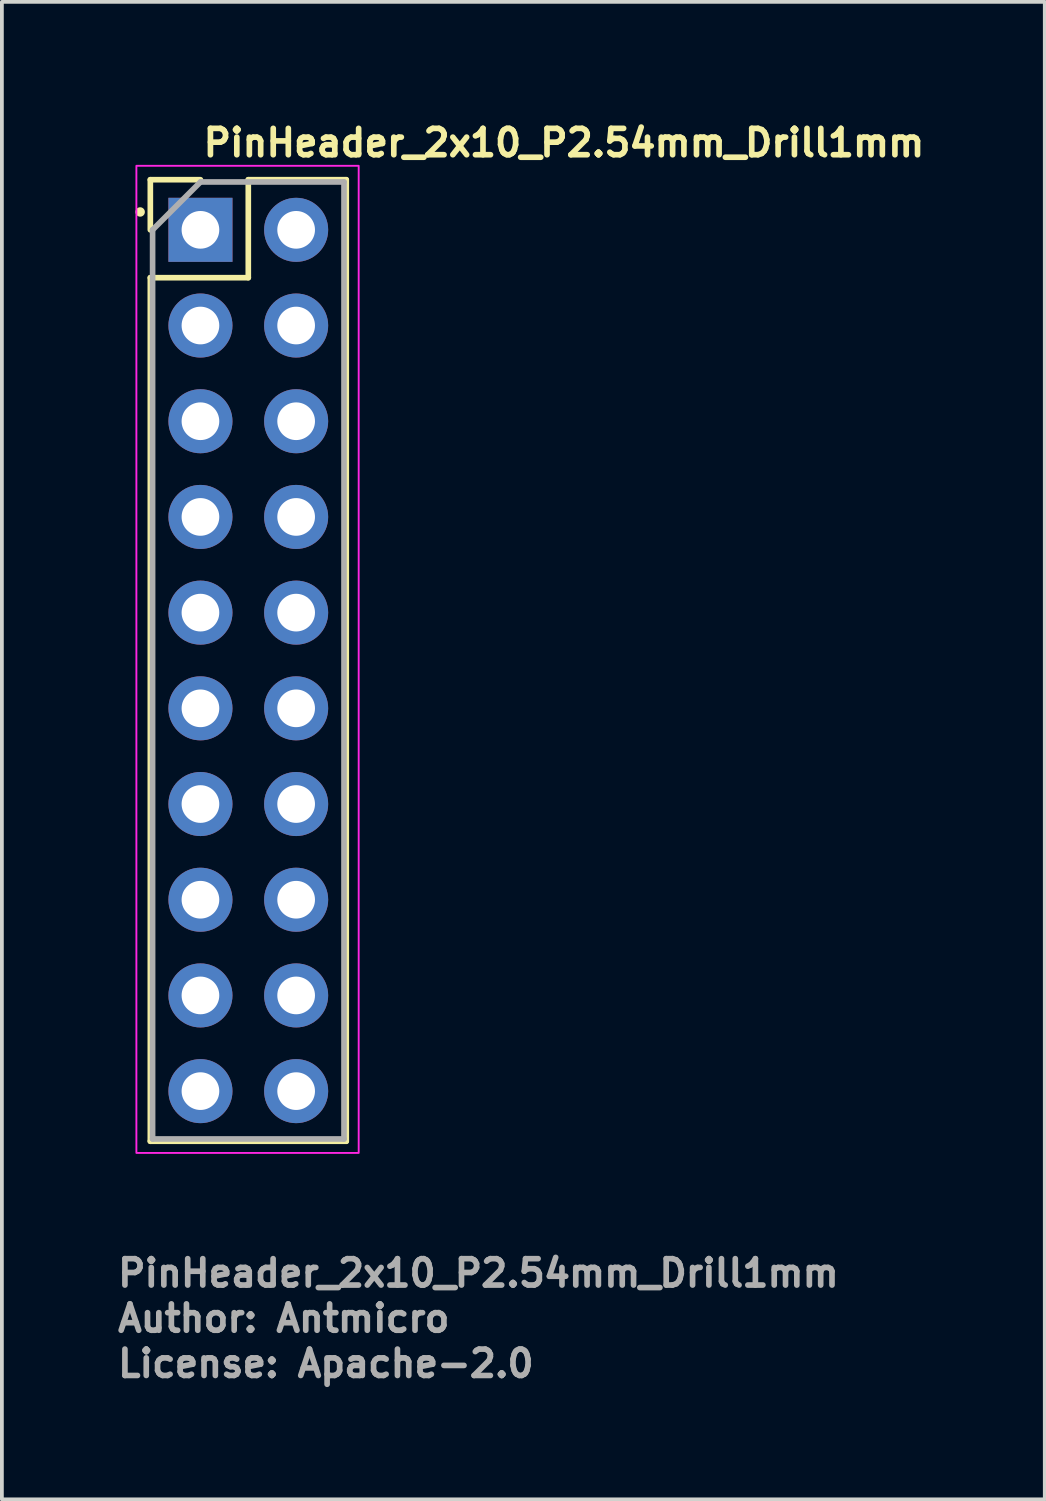
<source format=kicad_pcb>
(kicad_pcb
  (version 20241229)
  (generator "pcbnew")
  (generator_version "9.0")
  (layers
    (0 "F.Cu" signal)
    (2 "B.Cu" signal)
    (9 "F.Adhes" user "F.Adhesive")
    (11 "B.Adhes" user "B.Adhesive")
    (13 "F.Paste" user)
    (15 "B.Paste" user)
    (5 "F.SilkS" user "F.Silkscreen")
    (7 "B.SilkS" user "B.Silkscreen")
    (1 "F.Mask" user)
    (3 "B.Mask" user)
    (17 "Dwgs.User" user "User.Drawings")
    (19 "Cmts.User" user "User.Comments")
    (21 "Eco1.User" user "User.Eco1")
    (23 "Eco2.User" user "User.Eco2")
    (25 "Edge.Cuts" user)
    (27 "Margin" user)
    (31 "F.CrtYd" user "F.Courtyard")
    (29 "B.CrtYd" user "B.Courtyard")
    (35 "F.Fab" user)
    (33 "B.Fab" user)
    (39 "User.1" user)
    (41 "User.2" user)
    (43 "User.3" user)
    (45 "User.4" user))
  (footprint "PinHeader_2x10_P2.54mm_Drill1mm"
    (layer "F.Cu")
    (at 2.27 3.05)
    (property "Reference" "PinHeader_2x10_P2.54mm_Drill1mm" (at 0 -1.9 0) (layer "F.SilkS") (effects (font (size 0.7 0.7) (thickness 0.15)) (justify left bottom)))
    (attr through_hole)
    (fp_line (start -1.33 -1.33) (end 0 -1.33) (stroke (width 0.15) (type solid)) (layer "F.SilkS"))
    (fp_line (start -1.33 0) (end -1.33 -1.33) (stroke (width 0.15) (type solid)) (layer "F.SilkS"))
    (fp_line (start -1.33 1.27) (end -1.33 24.19) (stroke (width 0.15) (type solid)) (layer "F.SilkS"))
    (fp_line (start -1.33 1.27) (end 1.27 1.27) (stroke (width 0.15) (type solid)) (layer "F.SilkS"))
    (fp_line (start -1.33 24.19) (end 3.87 24.19) (stroke (width 0.15) (type solid)) (layer "F.SilkS"))
    (fp_line (start 1.27 -1.33) (end 3.87 -1.33) (stroke (width 0.15) (type solid)) (layer "F.SilkS"))
    (fp_line (start 1.27 1.27) (end 1.27 -1.33) (stroke (width 0.15) (type solid)) (layer "F.SilkS"))
    (fp_line (start 3.87 -1.33) (end 3.87 24.19) (stroke (width 0.15) (type solid)) (layer "F.SilkS"))
    (fp_circle (center -1.6 -0.474) (end -1.55 -0.474) (stroke (width 0.15) (type solid)) (fill yes) (layer "F.SilkS"))
    (fp_rect (start -1.7 -1.7) (end 4.2 24.5) (stroke (width 0.05) (type solid)) (fill no) (layer "F.CrtYd"))
    (fp_line (start -1.27 0) (end 0 -1.27) (stroke (width 0.15) (type solid)) (layer "F.Fab"))
    (fp_line (start -1.27 24.13) (end -1.27 0) (stroke (width 0.15) (type solid)) (layer "F.Fab"))
    (fp_line (start 0 -1.27) (end 3.81 -1.27) (stroke (width 0.15) (type solid)) (layer "F.Fab"))
    (fp_line (start 3.81 -1.27) (end 3.81 24.13) (stroke (width 0.15) (type solid)) (layer "F.Fab"))
    (fp_line (start 3.81 24.13) (end -1.27 24.13) (stroke (width 0.15) (type solid)) (layer "F.Fab"))
    (fp_rect (start -1.27 -1.25) (end 3.81 24.149) (stroke (width 0.1) (type solid)) (fill no) (layer "User.5"))
    (fp_line (start -1.27 -0.943) (end 0.469 -1.25) (stroke (width 0.02) (type solid)) (layer "User.9"))
    (fp_line (start -1.27 0.983) (end -1.27 -0.943) (stroke (width 0.02) (type solid)) (layer "User.9"))
    (fp_line (start -1.27 0.983) (end 0.469 1.29) (stroke (width 0.02) (type solid)) (layer "User.9"))
    (fp_line (start -1.27 3.523) (end -1.27 1.596) (stroke (width 0.02) (type solid)) (layer "User.9"))
    (fp_line (start -1.27 3.523) (end 0.469 3.83) (stroke (width 0.02) (type solid)) (layer "User.9"))
    (fp_line (start -1.27 6.063) (end -1.27 4.136) (stroke (width 0.02) (type solid)) (layer "User.9"))
    (fp_line (start -1.27 6.063) (end 0.469 6.37) (stroke (width 0.02) (type solid)) (layer "User.9"))
    (fp_line (start -1.27 8.603) (end -1.27 6.676) (stroke (width 0.02) (type solid)) (layer "User.9"))
    (fp_line (start -1.27 8.603) (end 0.469 8.91) (stroke (width 0.02) (type solid)) (layer "User.9"))
    (fp_line (start -1.27 11.143) (end -1.27 9.216) (stroke (width 0.02) (type solid)) (layer "User.9"))
    (fp_line (start -1.27 11.143) (end 0.469 11.449) (stroke (width 0.02) (type solid)) (layer "User.9"))
    (fp_line (start -1.27 13.683) (end -1.27 11.756) (stroke (width 0.02) (type solid)) (layer "User.9"))
    (fp_line (start -1.27 13.683) (end 0.469 13.99) (stroke (width 0.02) (type solid)) (layer "User.9"))
    (fp_line (start -1.27 16.222) (end -1.27 14.296) (stroke (width 0.02) (type solid)) (layer "User.9"))
    (fp_line (start -1.27 16.222) (end 0.469 16.53) (stroke (width 0.02) (type solid)) (layer "User.9"))
    (fp_line (start -1.27 18.763) (end -1.27 16.836) (stroke (width 0.02) (type solid)) (layer "User.9"))
    (fp_line (start -1.27 18.763) (end 0.469 19.07) (stroke (width 0.02) (type solid)) (layer "User.9"))
    (fp_line (start -1.27 21.303) (end -1.27 19.376) (stroke (width 0.02) (type solid)) (layer "User.9"))
    (fp_line (start -1.27 21.303) (end 0.469 21.61) (stroke (width 0.02) (type solid)) (layer "User.9"))
    (fp_line (start -1.27 23.843) (end -1.27 21.916) (stroke (width 0.02) (type solid)) (layer "User.9"))
    (fp_line (start -0.31 -0.29) (end 0.31 -0.29) (stroke (width 0.02) (type solid)) (layer "User.9"))
    (fp_line (start -0.31 0.33) (end -0.31 -0.29) (stroke (width 0.02) (type solid)) (layer "User.9"))
    (fp_line (start -0.31 0.33) (end -0.11 0.13) (stroke (width 0.02) (type solid)) (layer "User.9"))
    (fp_line (start -0.31 2.25) (end 0.31 2.25) (stroke (width 0.02) (type solid)) (layer "User.9"))
    (fp_line (start -0.31 2.87) (end -0.31 2.25) (stroke (width 0.02) (type solid)) (layer "User.9"))
    (fp_line (start -0.31 2.87) (end -0.11 2.67) (stroke (width 0.02) (type solid)) (layer "User.9"))
    (fp_line (start -0.31 4.79) (end 0.31 4.79) (stroke (width 0.02) (type solid)) (layer "User.9"))
    (fp_line (start -0.31 5.41) (end -0.31 4.79) (stroke (width 0.02) (type solid)) (layer "User.9"))
    (fp_line (start -0.31 5.41) (end -0.11 5.21) (stroke (width 0.02) (type solid)) (layer "User.9"))
    (fp_line (start -0.31 7.33) (end 0.31 7.33) (stroke (width 0.02) (type solid)) (layer "User.9"))
    (fp_line (start -0.31 7.95) (end -0.31 7.33) (stroke (width 0.02) (type solid)) (layer "User.9"))
    (fp_line (start -0.31 7.95) (end -0.11 7.75) (stroke (width 0.02) (type solid)) (layer "User.9"))
    (fp_line (start -0.31 9.869) (end 0.31 9.869) (stroke (width 0.02) (type solid)) (layer "User.9"))
    (fp_line (start -0.31 10.49) (end -0.31 9.869) (stroke (width 0.02) (type solid)) (layer "User.9"))
    (fp_line (start -0.31 10.49) (end -0.11 10.289) (stroke (width 0.02) (type solid)) (layer "User.9"))
    (fp_line (start -0.31 12.41) (end 0.31 12.41) (stroke (width 0.02) (type solid)) (layer "User.9"))
    (fp_line (start -0.31 13.029) (end -0.31 12.41) (stroke (width 0.02) (type solid)) (layer "User.9"))
    (fp_line (start -0.31 13.029) (end -0.11 12.83) (stroke (width 0.02) (type solid)) (layer "User.9"))
    (fp_line (start -0.31 14.949) (end 0.31 14.949) (stroke (width 0.02) (type solid)) (layer "User.9"))
    (fp_line (start -0.31 15.57) (end -0.31 14.949) (stroke (width 0.02) (type solid)) (layer "User.9"))
    (fp_line (start -0.31 15.57) (end -0.11 15.369) (stroke (width 0.02) (type solid)) (layer "User.9"))
    (fp_line (start -0.31 17.489) (end 0.31 17.489) (stroke (width 0.02) (type solid)) (layer "User.9"))
    (fp_line (start -0.31 18.11) (end -0.31 17.489) (stroke (width 0.02) (type solid)) (layer "User.9"))
    (fp_line (start -0.31 18.11) (end -0.11 17.91) (stroke (width 0.02) (type solid)) (layer "User.9"))
    (fp_line (start -0.31 20.03) (end 0.31 20.03) (stroke (width 0.02) (type solid)) (layer "User.9"))
    (fp_line (start -0.31 20.649) (end -0.31 20.03) (stroke (width 0.02) (type solid)) (layer "User.9"))
    (fp_line (start -0.31 20.649) (end -0.11 20.45) (stroke (width 0.02) (type solid)) (layer "User.9"))
    (fp_line (start -0.31 22.57) (end 0.31 22.57) (stroke (width 0.02) (type solid)) (layer "User.9"))
    (fp_line (start -0.31 23.19) (end -0.31 22.57) (stroke (width 0.02) (type solid)) (layer "User.9"))
    (fp_line (start -0.31 23.19) (end -0.11 22.989) (stroke (width 0.02) (type solid)) (layer "User.9"))
    (fp_line (start -0.11 -0.09) (end -0.31 -0.29) (stroke (width 0.02) (type solid)) (layer "User.9"))
    (fp_line (start -0.11 -0.09) (end 0.11 -0.09) (stroke (width 0.02) (type solid)) (layer "User.9"))
    (fp_line (start -0.11 0.13) (end -0.11 -0.09) (stroke (width 0.02) (type solid)) (layer "User.9"))
    (fp_line (start -0.11 2.45) (end -0.31 2.25) (stroke (width 0.02) (type solid)) (layer "User.9"))
    (fp_line (start -0.11 2.45) (end 0.11 2.45) (stroke (width 0.02) (type solid)) (layer "User.9"))
    (fp_line (start -0.11 2.67) (end -0.11 2.45) (stroke (width 0.02) (type solid)) (layer "User.9"))
    (fp_line (start -0.11 4.99) (end -0.31 4.79) (stroke (width 0.02) (type solid)) (layer "User.9"))
    (fp_line (start -0.11 4.99) (end 0.11 4.99) (stroke (width 0.02) (type solid)) (layer "User.9"))
    (fp_line (start -0.11 5.21) (end -0.11 4.99) (stroke (width 0.02) (type solid)) (layer "User.9"))
    (fp_line (start -0.11 7.53) (end -0.31 7.33) (stroke (width 0.02) (type solid)) (layer "User.9"))
    (fp_line (start -0.11 7.53) (end 0.11 7.53) (stroke (width 0.02) (type solid)) (layer "User.9"))
    (fp_line (start -0.11 7.75) (end -0.11 7.53) (stroke (width 0.02) (type solid)) (layer "User.9"))
    (fp_line (start -0.11 10.07) (end -0.31 9.869) (stroke (width 0.02) (type solid)) (layer "User.9"))
    (fp_line (start -0.11 10.07) (end 0.11 10.07) (stroke (width 0.02) (type solid)) (layer "User.9"))
    (fp_line (start -0.11 10.289) (end -0.11 10.07) (stroke (width 0.02) (type solid)) (layer "User.9"))
    (fp_line (start -0.11 12.61) (end -0.31 12.41) (stroke (width 0.02) (type solid)) (layer "User.9"))
    (fp_line (start -0.11 12.61) (end 0.11 12.61) (stroke (width 0.02) (type solid)) (layer "User.9"))
    (fp_line (start -0.11 12.83) (end -0.11 12.61) (stroke (width 0.02) (type solid)) (layer "User.9"))
    (fp_line (start -0.11 15.15) (end -0.31 14.949) (stroke (width 0.02) (type solid)) (layer "User.9"))
    (fp_line (start -0.11 15.15) (end 0.11 15.15) (stroke (width 0.02) (type solid)) (layer "User.9"))
    (fp_line (start -0.11 15.369) (end -0.11 15.15) (stroke (width 0.02) (type solid)) (layer "User.9"))
    (fp_line (start -0.11 17.69) (end -0.31 17.489) (stroke (width 0.02) (type solid)) (layer "User.9"))
    (fp_line (start -0.11 17.69) (end 0.11 17.69) (stroke (width 0.02) (type solid)) (layer "User.9"))
    (fp_line (start -0.11 17.91) (end -0.11 17.69) (stroke (width 0.02) (type solid)) (layer "User.9"))
    (fp_line (start -0.11 20.23) (end -0.31 20.03) (stroke (width 0.02) (type solid)) (layer "User.9"))
    (fp_line (start -0.11 20.23) (end 0.11 20.23) (stroke (width 0.02) (type solid)) (layer "User.9"))
    (fp_line (start -0.11 20.45) (end -0.11 20.23) (stroke (width 0.02) (type solid)) (layer "User.9"))
    (fp_line (start -0.11 22.77) (end -0.31 22.57) (stroke (width 0.02) (type solid)) (layer "User.9"))
    (fp_line (start -0.11 22.77) (end 0.11 22.77) (stroke (width 0.02) (type solid)) (layer "User.9"))
    (fp_line (start -0.11 22.989) (end -0.11 22.77) (stroke (width 0.02) (type solid)) (layer "User.9"))
    (fp_line (start 0.11 -0.09) (end 0.31 -0.29) (stroke (width 0.02) (type solid)) (layer "User.9"))
    (fp_line (start 0.11 0.13) (end -0.11 0.13) (stroke (width 0.02) (type solid)) (layer "User.9"))
    (fp_line (start 0.11 0.13) (end 0.11 -0.09) (stroke (width 0.02) (type solid)) (layer "User.9"))
    (fp_line (start 0.11 0.13) (end 0.31 0.33) (stroke (width 0.02) (type solid)) (layer "User.9"))
    (fp_line (start 0.11 2.45) (end 0.31 2.25) (stroke (width 0.02) (type solid)) (layer "User.9"))
    (fp_line (start 0.11 2.67) (end -0.11 2.67) (stroke (width 0.02) (type solid)) (layer "User.9"))
    (fp_line (start 0.11 2.67) (end 0.11 2.45) (stroke (width 0.02) (type solid)) (layer "User.9"))
    (fp_line (start 0.11 2.67) (end 0.31 2.87) (stroke (width 0.02) (type solid)) (layer "User.9"))
    (fp_line (start 0.11 4.99) (end 0.31 4.79) (stroke (width 0.02) (type solid)) (layer "User.9"))
    (fp_line (start 0.11 5.21) (end -0.11 5.21) (stroke (width 0.02) (type solid)) (layer "User.9"))
    (fp_line (start 0.11 5.21) (end 0.11 4.99) (stroke (width 0.02) (type solid)) (layer "User.9"))
    (fp_line (start 0.11 5.21) (end 0.31 5.41) (stroke (width 0.02) (type solid)) (layer "User.9"))
    (fp_line (start 0.11 7.53) (end 0.31 7.33) (stroke (width 0.02) (type solid)) (layer "User.9"))
    (fp_line (start 0.11 7.75) (end -0.11 7.75) (stroke (width 0.02) (type solid)) (layer "User.9"))
    (fp_line (start 0.11 7.75) (end 0.11 7.53) (stroke (width 0.02) (type solid)) (layer "User.9"))
    (fp_line (start 0.11 7.75) (end 0.31 7.95) (stroke (width 0.02) (type solid)) (layer "User.9"))
    (fp_line (start 0.11 10.07) (end 0.31 9.869) (stroke (width 0.02) (type solid)) (layer "User.9"))
    (fp_line (start 0.11 10.289) (end -0.11 10.289) (stroke (width 0.02) (type solid)) (layer "User.9"))
    (fp_line (start 0.11 10.289) (end 0.11 10.07) (stroke (width 0.02) (type solid)) (layer "User.9"))
    (fp_line (start 0.11 10.289) (end 0.31 10.49) (stroke (width 0.02) (type solid)) (layer "User.9"))
    (fp_line (start 0.11 12.61) (end 0.31 12.41) (stroke (width 0.02) (type solid)) (layer "User.9"))
    (fp_line (start 0.11 12.83) (end -0.11 12.83) (stroke (width 0.02) (type solid)) (layer "User.9"))
    (fp_line (start 0.11 12.83) (end 0.11 12.61) (stroke (width 0.02) (type solid)) (layer "User.9"))
    (fp_line (start 0.11 12.83) (end 0.31 13.029) (stroke (width 0.02) (type solid)) (layer "User.9"))
    (fp_line (start 0.11 15.15) (end 0.31 14.949) (stroke (width 0.02) (type solid)) (layer "User.9"))
    (fp_line (start 0.11 15.369) (end -0.11 15.369) (stroke (width 0.02) (type solid)) (layer "User.9"))
    (fp_line (start 0.11 15.369) (end 0.11 15.15) (stroke (width 0.02) (type solid)) (layer "User.9"))
    (fp_line (start 0.11 15.369) (end 0.31 15.57) (stroke (width 0.02) (type solid)) (layer "User.9"))
    (fp_line (start 0.11 17.69) (end 0.31 17.489) (stroke (width 0.02) (type solid)) (layer "User.9"))
    (fp_line (start 0.11 17.91) (end -0.11 17.91) (stroke (width 0.02) (type solid)) (layer "User.9"))
    (fp_line (start 0.11 17.91) (end 0.11 17.69) (stroke (width 0.02) (type solid)) (layer "User.9"))
    (fp_line (start 0.11 17.91) (end 0.31 18.11) (stroke (width 0.02) (type solid)) (layer "User.9"))
    (fp_line (start 0.11 20.23) (end 0.31 20.03) (stroke (width 0.02) (type solid)) (layer "User.9"))
    (fp_line (start 0.11 20.45) (end -0.11 20.45) (stroke (width 0.02) (type solid)) (layer "User.9"))
    (fp_line (start 0.11 20.45) (end 0.11 20.23) (stroke (width 0.02) (type solid)) (layer "User.9"))
    (fp_line (start 0.11 20.45) (end 0.31 20.649) (stroke (width 0.02) (type solid)) (layer "User.9"))
    (fp_line (start 0.11 22.77) (end 0.31 22.57) (stroke (width 0.02) (type solid)) (layer "User.9"))
    (fp_line (start 0.11 22.989) (end -0.11 22.989) (stroke (width 0.02) (type solid)) (layer "User.9"))
    (fp_line (start 0.11 22.989) (end 0.11 22.77) (stroke (width 0.02) (type solid)) (layer "User.9"))
    (fp_line (start 0.11 22.989) (end 0.31 23.19) (stroke (width 0.02) (type solid)) (layer "User.9"))
    (fp_line (start 0.31 0.33) (end -0.31 0.33) (stroke (width 0.02) (type solid)) (layer "User.9"))
    (fp_line (start 0.31 0.33) (end 0.31 -0.29) (stroke (width 0.02) (type solid)) (layer "User.9"))
    (fp_line (start 0.31 2.87) (end -0.31 2.87) (stroke (width 0.02) (type solid)) (layer "User.9"))
    (fp_line (start 0.31 2.87) (end 0.31 2.25) (stroke (width 0.02) (type solid)) (layer "User.9"))
    (fp_line (start 0.31 5.41) (end -0.31 5.41) (stroke (width 0.02) (type solid)) (layer "User.9"))
    (fp_line (start 0.31 5.41) (end 0.31 4.79) (stroke (width 0.02) (type solid)) (layer "User.9"))
    (fp_line (start 0.31 7.95) (end -0.31 7.95) (stroke (width 0.02) (type solid)) (layer "User.9"))
    (fp_line (start 0.31 7.95) (end 0.31 7.33) (stroke (width 0.02) (type solid)) (layer "User.9"))
    (fp_line (start 0.31 10.49) (end -0.31 10.49) (stroke (width 0.02) (type solid)) (layer "User.9"))
    (fp_line (start 0.31 10.49) (end 0.31 9.869) (stroke (width 0.02) (type solid)) (layer "User.9"))
    (fp_line (start 0.31 13.029) (end -0.31 13.029) (stroke (width 0.02) (type solid)) (layer "User.9"))
    (fp_line (start 0.31 13.029) (end 0.31 12.41) (stroke (width 0.02) (type solid)) (layer "User.9"))
    (fp_line (start 0.31 15.57) (end -0.31 15.57) (stroke (width 0.02) (type solid)) (layer "User.9"))
    (fp_line (start 0.31 15.57) (end 0.31 14.949) (stroke (width 0.02) (type solid)) (layer "User.9"))
    (fp_line (start 0.31 18.11) (end -0.31 18.11) (stroke (width 0.02) (type solid)) (layer "User.9"))
    (fp_line (start 0.31 18.11) (end 0.31 17.489) (stroke (width 0.02) (type solid)) (layer "User.9"))
    (fp_line (start 0.31 20.649) (end -0.31 20.649) (stroke (width 0.02) (type solid)) (layer "User.9"))
    (fp_line (start 0.31 20.649) (end 0.31 20.03) (stroke (width 0.02) (type solid)) (layer "User.9"))
    (fp_line (start 0.31 23.19) (end -0.31 23.19) (stroke (width 0.02) (type solid)) (layer "User.9"))
    (fp_line (start 0.31 23.19) (end 0.31 22.57) (stroke (width 0.02) (type solid)) (layer "User.9"))
    (fp_line (start 0.469 -1.25) (end 2.07 -1.25) (stroke (width 0.02) (type solid)) (layer "User.9"))
    (fp_line (start 0.469 1.29) (end -1.27 1.596) (stroke (width 0.02) (type solid)) (layer "User.9"))
    (fp_line (start 0.469 3.83) (end -1.27 4.136) (stroke (width 0.02) (type solid)) (layer "User.9"))
    (fp_line (start 0.469 6.37) (end -1.27 6.676) (stroke (width 0.02) (type solid)) (layer "User.9"))
    (fp_line (start 0.469 8.91) (end -1.27 9.216) (stroke (width 0.02) (type solid)) (layer "User.9"))
    (fp_line (start 0.469 11.449) (end -1.27 11.756) (stroke (width 0.02) (type solid)) (layer "User.9"))
    (fp_line (start 0.469 13.99) (end -1.27 14.296) (stroke (width 0.02) (type solid)) (layer "User.9"))
    (fp_line (start 0.469 16.53) (end -1.27 16.836) (stroke (width 0.02) (type solid)) (layer "User.9"))
    (fp_line (start 0.469 19.07) (end -1.27 19.376) (stroke (width 0.02) (type solid)) (layer "User.9"))
    (fp_line (start 0.469 21.61) (end -1.27 21.916) (stroke (width 0.02) (type solid)) (layer "User.9"))
    (fp_line (start 0.469 24.149) (end -1.27 23.843) (stroke (width 0.02) (type solid)) (layer "User.9"))
    (fp_line (start 2.07 -1.25) (end 3.81 -0.943) (stroke (width 0.02) (type solid)) (layer "User.9"))
    (fp_line (start 2.07 1.29) (end 3.81 0.983) (stroke (width 0.02) (type solid)) (layer "User.9"))
    (fp_line (start 2.07 3.83) (end 3.81 3.523) (stroke (width 0.02) (type solid)) (layer "User.9"))
    (fp_line (start 2.07 6.37) (end 3.81 6.063) (stroke (width 0.02) (type solid)) (layer "User.9"))
    (fp_line (start 2.07 8.91) (end 3.81 8.603) (stroke (width 0.02) (type solid)) (layer "User.9"))
    (fp_line (start 2.07 11.449) (end 3.81 11.143) (stroke (width 0.02) (type solid)) (layer "User.9"))
    (fp_line (start 2.07 13.99) (end 3.81 13.683) (stroke (width 0.02) (type solid)) (layer "User.9"))
    (fp_line (start 2.07 16.53) (end 3.81 16.222) (stroke (width 0.02) (type solid)) (layer "User.9"))
    (fp_line (start 2.07 19.07) (end 3.81 18.763) (stroke (width 0.02) (type solid)) (layer "User.9"))
    (fp_line (start 2.07 21.61) (end 3.81 21.303) (stroke (width 0.02) (type solid)) (layer "User.9"))
    (fp_line (start 2.07 24.149) (end 0.469 24.149) (stroke (width 0.02) (type solid)) (layer "User.9"))
    (fp_line (start 2.23 -0.29) (end 2.85 -0.29) (stroke (width 0.02) (type solid)) (layer "User.9"))
    (fp_line (start 2.23 0.33) (end 2.23 -0.29) (stroke (width 0.02) (type solid)) (layer "User.9"))
    (fp_line (start 2.23 0.33) (end 2.43 0.13) (stroke (width 0.02) (type solid)) (layer "User.9"))
    (fp_line (start 2.23 2.25) (end 2.85 2.25) (stroke (width 0.02) (type solid)) (layer "User.9"))
    (fp_line (start 2.23 2.87) (end 2.23 2.25) (stroke (width 0.02) (type solid)) (layer "User.9"))
    (fp_line (start 2.23 2.87) (end 2.43 2.67) (stroke (width 0.02) (type solid)) (layer "User.9"))
    (fp_line (start 2.23 4.79) (end 2.85 4.79) (stroke (width 0.02) (type solid)) (layer "User.9"))
    (fp_line (start 2.23 5.41) (end 2.23 4.79) (stroke (width 0.02) (type solid)) (layer "User.9"))
    (fp_line (start 2.23 5.41) (end 2.43 5.21) (stroke (width 0.02) (type solid)) (layer "User.9"))
    (fp_line (start 2.23 7.33) (end 2.85 7.33) (stroke (width 0.02) (type solid)) (layer "User.9"))
    (fp_line (start 2.23 7.95) (end 2.23 7.33) (stroke (width 0.02) (type solid)) (layer "User.9"))
    (fp_line (start 2.23 7.95) (end 2.43 7.75) (stroke (width 0.02) (type solid)) (layer "User.9"))
    (fp_line (start 2.23 9.869) (end 2.85 9.869) (stroke (width 0.02) (type solid)) (layer "User.9"))
    (fp_line (start 2.23 10.49) (end 2.23 9.869) (stroke (width 0.02) (type solid)) (layer "User.9"))
    (fp_line (start 2.23 10.49) (end 2.43 10.289) (stroke (width 0.02) (type solid)) (layer "User.9"))
    (fp_line (start 2.23 12.41) (end 2.85 12.41) (stroke (width 0.02) (type solid)) (layer "User.9"))
    (fp_line (start 2.23 13.029) (end 2.23 12.41) (stroke (width 0.02) (type solid)) (layer "User.9"))
    (fp_line (start 2.23 13.029) (end 2.43 12.83) (stroke (width 0.02) (type solid)) (layer "User.9"))
    (fp_line (start 2.23 14.949) (end 2.85 14.949) (stroke (width 0.02) (type solid)) (layer "User.9"))
    (fp_line (start 2.23 15.57) (end 2.23 14.949) (stroke (width 0.02) (type solid)) (layer "User.9"))
    (fp_line (start 2.23 15.57) (end 2.43 15.369) (stroke (width 0.02) (type solid)) (layer "User.9"))
    (fp_line (start 2.23 17.489) (end 2.85 17.489) (stroke (width 0.02) (type solid)) (layer "User.9"))
    (fp_line (start 2.23 18.11) (end 2.23 17.489) (stroke (width 0.02) (type solid)) (layer "User.9"))
    (fp_line (start 2.23 18.11) (end 2.43 17.91) (stroke (width 0.02) (type solid)) (layer "User.9"))
    (fp_line (start 2.23 20.03) (end 2.85 20.03) (stroke (width 0.02) (type solid)) (layer "User.9"))
    (fp_line (start 2.23 20.649) (end 2.23 20.03) (stroke (width 0.02) (type solid)) (layer "User.9"))
    (fp_line (start 2.23 20.649) (end 2.43 20.45) (stroke (width 0.02) (type solid)) (layer "User.9"))
    (fp_line (start 2.23 22.57) (end 2.85 22.57) (stroke (width 0.02) (type solid)) (layer "User.9"))
    (fp_line (start 2.23 23.19) (end 2.23 22.57) (stroke (width 0.02) (type solid)) (layer "User.9"))
    (fp_line (start 2.23 23.19) (end 2.43 22.989) (stroke (width 0.02) (type solid)) (layer "User.9"))
    (fp_line (start 2.43 -0.09) (end 2.23 -0.29) (stroke (width 0.02) (type solid)) (layer "User.9"))
    (fp_line (start 2.43 -0.09) (end 2.65 -0.09) (stroke (width 0.02) (type solid)) (layer "User.9"))
    (fp_line (start 2.43 0.13) (end 2.43 -0.09) (stroke (width 0.02) (type solid)) (layer "User.9"))
    (fp_line (start 2.43 2.45) (end 2.23 2.25) (stroke (width 0.02) (type solid)) (layer "User.9"))
    (fp_line (start 2.43 2.45) (end 2.65 2.45) (stroke (width 0.02) (type solid)) (layer "User.9"))
    (fp_line (start 2.43 2.67) (end 2.43 2.45) (stroke (width 0.02) (type solid)) (layer "User.9"))
    (fp_line (start 2.43 4.99) (end 2.23 4.79) (stroke (width 0.02) (type solid)) (layer "User.9"))
    (fp_line (start 2.43 4.99) (end 2.65 4.99) (stroke (width 0.02) (type solid)) (layer "User.9"))
    (fp_line (start 2.43 5.21) (end 2.43 4.99) (stroke (width 0.02) (type solid)) (layer "User.9"))
    (fp_line (start 2.43 7.53) (end 2.23 7.33) (stroke (width 0.02) (type solid)) (layer "User.9"))
    (fp_line (start 2.43 7.53) (end 2.65 7.53) (stroke (width 0.02) (type solid)) (layer "User.9"))
    (fp_line (start 2.43 7.75) (end 2.43 7.53) (stroke (width 0.02) (type solid)) (layer "User.9"))
    (fp_line (start 2.43 10.07) (end 2.23 9.869) (stroke (width 0.02) (type solid)) (layer "User.9"))
    (fp_line (start 2.43 10.07) (end 2.65 10.07) (stroke (width 0.02) (type solid)) (layer "User.9"))
    (fp_line (start 2.43 10.289) (end 2.43 10.07) (stroke (width 0.02) (type solid)) (layer "User.9"))
    (fp_line (start 2.43 12.61) (end 2.23 12.41) (stroke (width 0.02) (type solid)) (layer "User.9"))
    (fp_line (start 2.43 12.61) (end 2.65 12.61) (stroke (width 0.02) (type solid)) (layer "User.9"))
    (fp_line (start 2.43 12.83) (end 2.43 12.61) (stroke (width 0.02) (type solid)) (layer "User.9"))
    (fp_line (start 2.43 15.15) (end 2.23 14.949) (stroke (width 0.02) (type solid)) (layer "User.9"))
    (fp_line (start 2.43 15.15) (end 2.65 15.15) (stroke (width 0.02) (type solid)) (layer "User.9"))
    (fp_line (start 2.43 15.369) (end 2.43 15.15) (stroke (width 0.02) (type solid)) (layer "User.9"))
    (fp_line (start 2.43 17.69) (end 2.23 17.489) (stroke (width 0.02) (type solid)) (layer "User.9"))
    (fp_line (start 2.43 17.69) (end 2.65 17.69) (stroke (width 0.02) (type solid)) (layer "User.9"))
    (fp_line (start 2.43 17.91) (end 2.43 17.69) (stroke (width 0.02) (type solid)) (layer "User.9"))
    (fp_line (start 2.43 20.23) (end 2.23 20.03) (stroke (width 0.02) (type solid)) (layer "User.9"))
    (fp_line (start 2.43 20.23) (end 2.65 20.23) (stroke (width 0.02) (type solid)) (layer "User.9"))
    (fp_line (start 2.43 20.45) (end 2.43 20.23) (stroke (width 0.02) (type solid)) (layer "User.9"))
    (fp_line (start 2.43 22.77) (end 2.23 22.57) (stroke (width 0.02) (type solid)) (layer "User.9"))
    (fp_line (start 2.43 22.77) (end 2.65 22.77) (stroke (width 0.02) (type solid)) (layer "User.9"))
    (fp_line (start 2.43 22.989) (end 2.43 22.77) (stroke (width 0.02) (type solid)) (layer "User.9"))
    (fp_line (start 2.65 -0.09) (end 2.85 -0.29) (stroke (width 0.02) (type solid)) (layer "User.9"))
    (fp_line (start 2.65 0.13) (end 2.43 0.13) (stroke (width 0.02) (type solid)) (layer "User.9"))
    (fp_line (start 2.65 0.13) (end 2.65 -0.09) (stroke (width 0.02) (type solid)) (layer "User.9"))
    (fp_line (start 2.65 0.13) (end 2.85 0.33) (stroke (width 0.02) (type solid)) (layer "User.9"))
    (fp_line (start 2.65 2.45) (end 2.85 2.25) (stroke (width 0.02) (type solid)) (layer "User.9"))
    (fp_line (start 2.65 2.67) (end 2.43 2.67) (stroke (width 0.02) (type solid)) (layer "User.9"))
    (fp_line (start 2.65 2.67) (end 2.65 2.45) (stroke (width 0.02) (type solid)) (layer "User.9"))
    (fp_line (start 2.65 2.67) (end 2.85 2.87) (stroke (width 0.02) (type solid)) (layer "User.9"))
    (fp_line (start 2.65 4.99) (end 2.85 4.79) (stroke (width 0.02) (type solid)) (layer "User.9"))
    (fp_line (start 2.65 5.21) (end 2.43 5.21) (stroke (width 0.02) (type solid)) (layer "User.9"))
    (fp_line (start 2.65 5.21) (end 2.65 4.99) (stroke (width 0.02) (type solid)) (layer "User.9"))
    (fp_line (start 2.65 5.21) (end 2.85 5.41) (stroke (width 0.02) (type solid)) (layer "User.9"))
    (fp_line (start 2.65 7.53) (end 2.85 7.33) (stroke (width 0.02) (type solid)) (layer "User.9"))
    (fp_line (start 2.65 7.75) (end 2.43 7.75) (stroke (width 0.02) (type solid)) (layer "User.9"))
    (fp_line (start 2.65 7.75) (end 2.65 7.53) (stroke (width 0.02) (type solid)) (layer "User.9"))
    (fp_line (start 2.65 7.75) (end 2.85 7.95) (stroke (width 0.02) (type solid)) (layer "User.9"))
    (fp_line (start 2.65 10.07) (end 2.85 9.869) (stroke (width 0.02) (type solid)) (layer "User.9"))
    (fp_line (start 2.65 10.289) (end 2.43 10.289) (stroke (width 0.02) (type solid)) (layer "User.9"))
    (fp_line (start 2.65 10.289) (end 2.65 10.07) (stroke (width 0.02) (type solid)) (layer "User.9"))
    (fp_line (start 2.65 10.289) (end 2.85 10.49) (stroke (width 0.02) (type solid)) (layer "User.9"))
    (fp_line (start 2.65 12.61) (end 2.85 12.41) (stroke (width 0.02) (type solid)) (layer "User.9"))
    (fp_line (start 2.65 12.83) (end 2.43 12.83) (stroke (width 0.02) (type solid)) (layer "User.9"))
    (fp_line (start 2.65 12.83) (end 2.65 12.61) (stroke (width 0.02) (type solid)) (layer "User.9"))
    (fp_line (start 2.65 12.83) (end 2.85 13.029) (stroke (width 0.02) (type solid)) (layer "User.9"))
    (fp_line (start 2.65 15.15) (end 2.85 14.949) (stroke (width 0.02) (type solid)) (layer "User.9"))
    (fp_line (start 2.65 15.369) (end 2.43 15.369) (stroke (width 0.02) (type solid)) (layer "User.9"))
    (fp_line (start 2.65 15.369) (end 2.65 15.15) (stroke (width 0.02) (type solid)) (layer "User.9"))
    (fp_line (start 2.65 15.369) (end 2.85 15.57) (stroke (width 0.02) (type solid)) (layer "User.9"))
    (fp_line (start 2.65 17.69) (end 2.85 17.489) (stroke (width 0.02) (type solid)) (layer "User.9"))
    (fp_line (start 2.65 17.91) (end 2.43 17.91) (stroke (width 0.02) (type solid)) (layer "User.9"))
    (fp_line (start 2.65 17.91) (end 2.65 17.69) (stroke (width 0.02) (type solid)) (layer "User.9"))
    (fp_line (start 2.65 17.91) (end 2.85 18.11) (stroke (width 0.02) (type solid)) (layer "User.9"))
    (fp_line (start 2.65 20.23) (end 2.85 20.03) (stroke (width 0.02) (type solid)) (layer "User.9"))
    (fp_line (start 2.65 20.45) (end 2.43 20.45) (stroke (width 0.02) (type solid)) (layer "User.9"))
    (fp_line (start 2.65 20.45) (end 2.65 20.23) (stroke (width 0.02) (type solid)) (layer "User.9"))
    (fp_line (start 2.65 20.45) (end 2.85 20.649) (stroke (width 0.02) (type solid)) (layer "User.9"))
    (fp_line (start 2.65 22.77) (end 2.85 22.57) (stroke (width 0.02) (type solid)) (layer "User.9"))
    (fp_line (start 2.65 22.989) (end 2.43 22.989) (stroke (width 0.02) (type solid)) (layer "User.9"))
    (fp_line (start 2.65 22.989) (end 2.65 22.77) (stroke (width 0.02) (type solid)) (layer "User.9"))
    (fp_line (start 2.65 22.989) (end 2.85 23.19) (stroke (width 0.02) (type solid)) (layer "User.9"))
    (fp_line (start 2.85 0.33) (end 2.23 0.33) (stroke (width 0.02) (type solid)) (layer "User.9"))
    (fp_line (start 2.85 0.33) (end 2.85 -0.29) (stroke (width 0.02) (type solid)) (layer "User.9"))
    (fp_line (start 2.85 2.87) (end 2.23 2.87) (stroke (width 0.02) (type solid)) (layer "User.9"))
    (fp_line (start 2.85 2.87) (end 2.85 2.25) (stroke (width 0.02) (type solid)) (layer "User.9"))
    (fp_line (start 2.85 5.41) (end 2.23 5.41) (stroke (width 0.02) (type solid)) (layer "User.9"))
    (fp_line (start 2.85 5.41) (end 2.85 4.79) (stroke (width 0.02) (type solid)) (layer "User.9"))
    (fp_line (start 2.85 7.95) (end 2.23 7.95) (stroke (width 0.02) (type solid)) (layer "User.9"))
    (fp_line (start 2.85 7.95) (end 2.85 7.33) (stroke (width 0.02) (type solid)) (layer "User.9"))
    (fp_line (start 2.85 10.49) (end 2.23 10.49) (stroke (width 0.02) (type solid)) (layer "User.9"))
    (fp_line (start 2.85 10.49) (end 2.85 9.869) (stroke (width 0.02) (type solid)) (layer "User.9"))
    (fp_line (start 2.85 13.029) (end 2.23 13.029) (stroke (width 0.02) (type solid)) (layer "User.9"))
    (fp_line (start 2.85 13.029) (end 2.85 12.41) (stroke (width 0.02) (type solid)) (layer "User.9"))
    (fp_line (start 2.85 15.57) (end 2.23 15.57) (stroke (width 0.02) (type solid)) (layer "User.9"))
    (fp_line (start 2.85 15.57) (end 2.85 14.949) (stroke (width 0.02) (type solid)) (layer "User.9"))
    (fp_line (start 2.85 18.11) (end 2.23 18.11) (stroke (width 0.02) (type solid)) (layer "User.9"))
    (fp_line (start 2.85 18.11) (end 2.85 17.489) (stroke (width 0.02) (type solid)) (layer "User.9"))
    (fp_line (start 2.85 20.649) (end 2.23 20.649) (stroke (width 0.02) (type solid)) (layer "User.9"))
    (fp_line (start 2.85 20.649) (end 2.85 20.03) (stroke (width 0.02) (type solid)) (layer "User.9"))
    (fp_line (start 2.85 23.19) (end 2.23 23.19) (stroke (width 0.02) (type solid)) (layer "User.9"))
    (fp_line (start 2.85 23.19) (end 2.85 22.57) (stroke (width 0.02) (type solid)) (layer "User.9"))
    (fp_line (start 3.81 -0.943) (end 3.81 0.983) (stroke (width 0.02) (type solid)) (layer "User.9"))
    (fp_line (start 3.81 1.596) (end 2.07 1.29) (stroke (width 0.02) (type solid)) (layer "User.9"))
    (fp_line (start 3.81 1.596) (end 3.81 3.523) (stroke (width 0.02) (type solid)) (layer "User.9"))
    (fp_line (start 3.81 4.136) (end 2.07 3.83) (stroke (width 0.02) (type solid)) (layer "User.9"))
    (fp_line (start 3.81 4.136) (end 3.81 6.063) (stroke (width 0.02) (type solid)) (layer "User.9"))
    (fp_line (start 3.81 6.676) (end 2.07 6.37) (stroke (width 0.02) (type solid)) (layer "User.9"))
    (fp_line (start 3.81 6.676) (end 3.81 8.603) (stroke (width 0.02) (type solid)) (layer "User.9"))
    (fp_line (start 3.81 9.216) (end 2.07 8.91) (stroke (width 0.02) (type solid)) (layer "User.9"))
    (fp_line (start 3.81 9.216) (end 3.81 11.143) (stroke (width 0.02) (type solid)) (layer "User.9"))
    (fp_line (start 3.81 11.756) (end 2.07 11.449) (stroke (width 0.02) (type solid)) (layer "User.9"))
    (fp_line (start 3.81 11.756) (end 3.81 13.683) (stroke (width 0.02) (type solid)) (layer "User.9"))
    (fp_line (start 3.81 14.296) (end 2.07 13.99) (stroke (width 0.02) (type solid)) (layer "User.9"))
    (fp_line (start 3.81 14.296) (end 3.81 16.222) (stroke (width 0.02) (type solid)) (layer "User.9"))
    (fp_line (start 3.81 16.836) (end 2.07 16.53) (stroke (width 0.02) (type solid)) (layer "User.9"))
    (fp_line (start 3.81 16.836) (end 3.81 18.763) (stroke (width 0.02) (type solid)) (layer "User.9"))
    (fp_line (start 3.81 19.376) (end 2.07 19.07) (stroke (width 0.02) (type solid)) (layer "User.9"))
    (fp_line (start 3.81 19.376) (end 3.81 21.303) (stroke (width 0.02) (type solid)) (layer "User.9"))
    (fp_line (start 3.81 21.916) (end 2.07 21.61) (stroke (width 0.02) (type solid)) (layer "User.9"))
    (fp_line (start 3.81 21.916) (end 3.81 23.843) (stroke (width 0.02) (type solid)) (layer "User.9"))
    (fp_line (start 3.81 23.843) (end 2.07 24.149) (stroke (width 0.02) (type solid)) (layer "User.9"))
    (fp_text user "License: Apache-2.0" (at -2.27 30.5 0) (layer "F.Fab") (effects (font (size 0.7 0.7) (thickness 0.15)) (justify left bottom)))
    (fp_text user "${REFERENCE}" (at -2.27 28.1 0) (layer "F.Fab") (effects (font (size 0.7 0.7) (thickness 0.15)) (justify left bottom)))
    (fp_text user "Author: Antmicro" (at -2.27 29.3 0) (layer "F.Fab") (effects (font (size 0.7 0.7) (thickness 0.15)) (justify left bottom)))
    (pad "1" thru_hole rect (at 0 0) (size 1.7 1.7) (drill 1) (layers "*.Cu" "*.Mask"))
    (pad "2" thru_hole oval (at 2.54 0) (size 1.7 1.7) (drill 1) (layers "*.Cu" "*.Mask"))
    (pad "3" thru_hole oval (at 0 2.54) (size 1.7 1.7) (drill 1) (layers "*.Cu" "*.Mask"))
    (pad "4" thru_hole oval (at 2.54 2.54) (size 1.7 1.7) (drill 1) (layers "*.Cu" "*.Mask"))
    (pad "5" thru_hole oval (at 0 5.08) (size 1.7 1.7) (drill 1) (layers "*.Cu" "*.Mask"))
    (pad "6" thru_hole oval (at 2.54 5.08) (size 1.7 1.7) (drill 1) (layers "*.Cu" "*.Mask"))
    (pad "7" thru_hole oval (at 0 7.62) (size 1.7 1.7) (drill 1) (layers "*.Cu" "*.Mask"))
    (pad "8" thru_hole oval (at 2.54 7.62) (size 1.7 1.7) (drill 1) (layers "*.Cu" "*.Mask"))
    (pad "9" thru_hole oval (at 0 10.16) (size 1.7 1.7) (drill 1) (layers "*.Cu" "*.Mask"))
    (pad "10" thru_hole oval (at 2.54 10.16) (size 1.7 1.7) (drill 1) (layers "*.Cu" "*.Mask"))
    (pad "11" thru_hole oval (at 0 12.7) (size 1.7 1.7) (drill 1) (layers "*.Cu" "*.Mask"))
    (pad "12" thru_hole oval (at 2.54 12.7) (size 1.7 1.7) (drill 1) (layers "*.Cu" "*.Mask"))
    (pad "13" thru_hole oval (at 0 15.24) (size 1.7 1.7) (drill 1) (layers "*.Cu" "*.Mask"))
    (pad "14" thru_hole oval (at 2.54 15.24) (size 1.7 1.7) (drill 1) (layers "*.Cu" "*.Mask"))
    (pad "15" thru_hole oval (at 0 17.78) (size 1.7 1.7) (drill 1) (layers "*.Cu" "*.Mask"))
    (pad "16" thru_hole oval (at 2.54 17.78) (size 1.7 1.7) (drill 1) (layers "*.Cu" "*.Mask"))
    (pad "17" thru_hole oval (at 0 20.32) (size 1.7 1.7) (drill 1) (layers "*.Cu" "*.Mask"))
    (pad "18" thru_hole oval (at 2.54 20.32) (size 1.7 1.7) (drill 1) (layers "*.Cu" "*.Mask"))
    (pad "19" thru_hole oval (at 0 22.86) (size 1.7 1.7) (drill 1) (layers "*.Cu" "*.Mask"))
    (pad "20" thru_hole oval (at 2.54 22.86) (size 1.7 1.7) (drill 1) (layers "*.Cu" "*.Mask")))
  (gr_rect
    (start -3 -3)
    (end 24.68 36.745)
    (stroke (width 0.1) (type default))
    (fill no)
    (layer "Edge.Cuts")))
</source>
